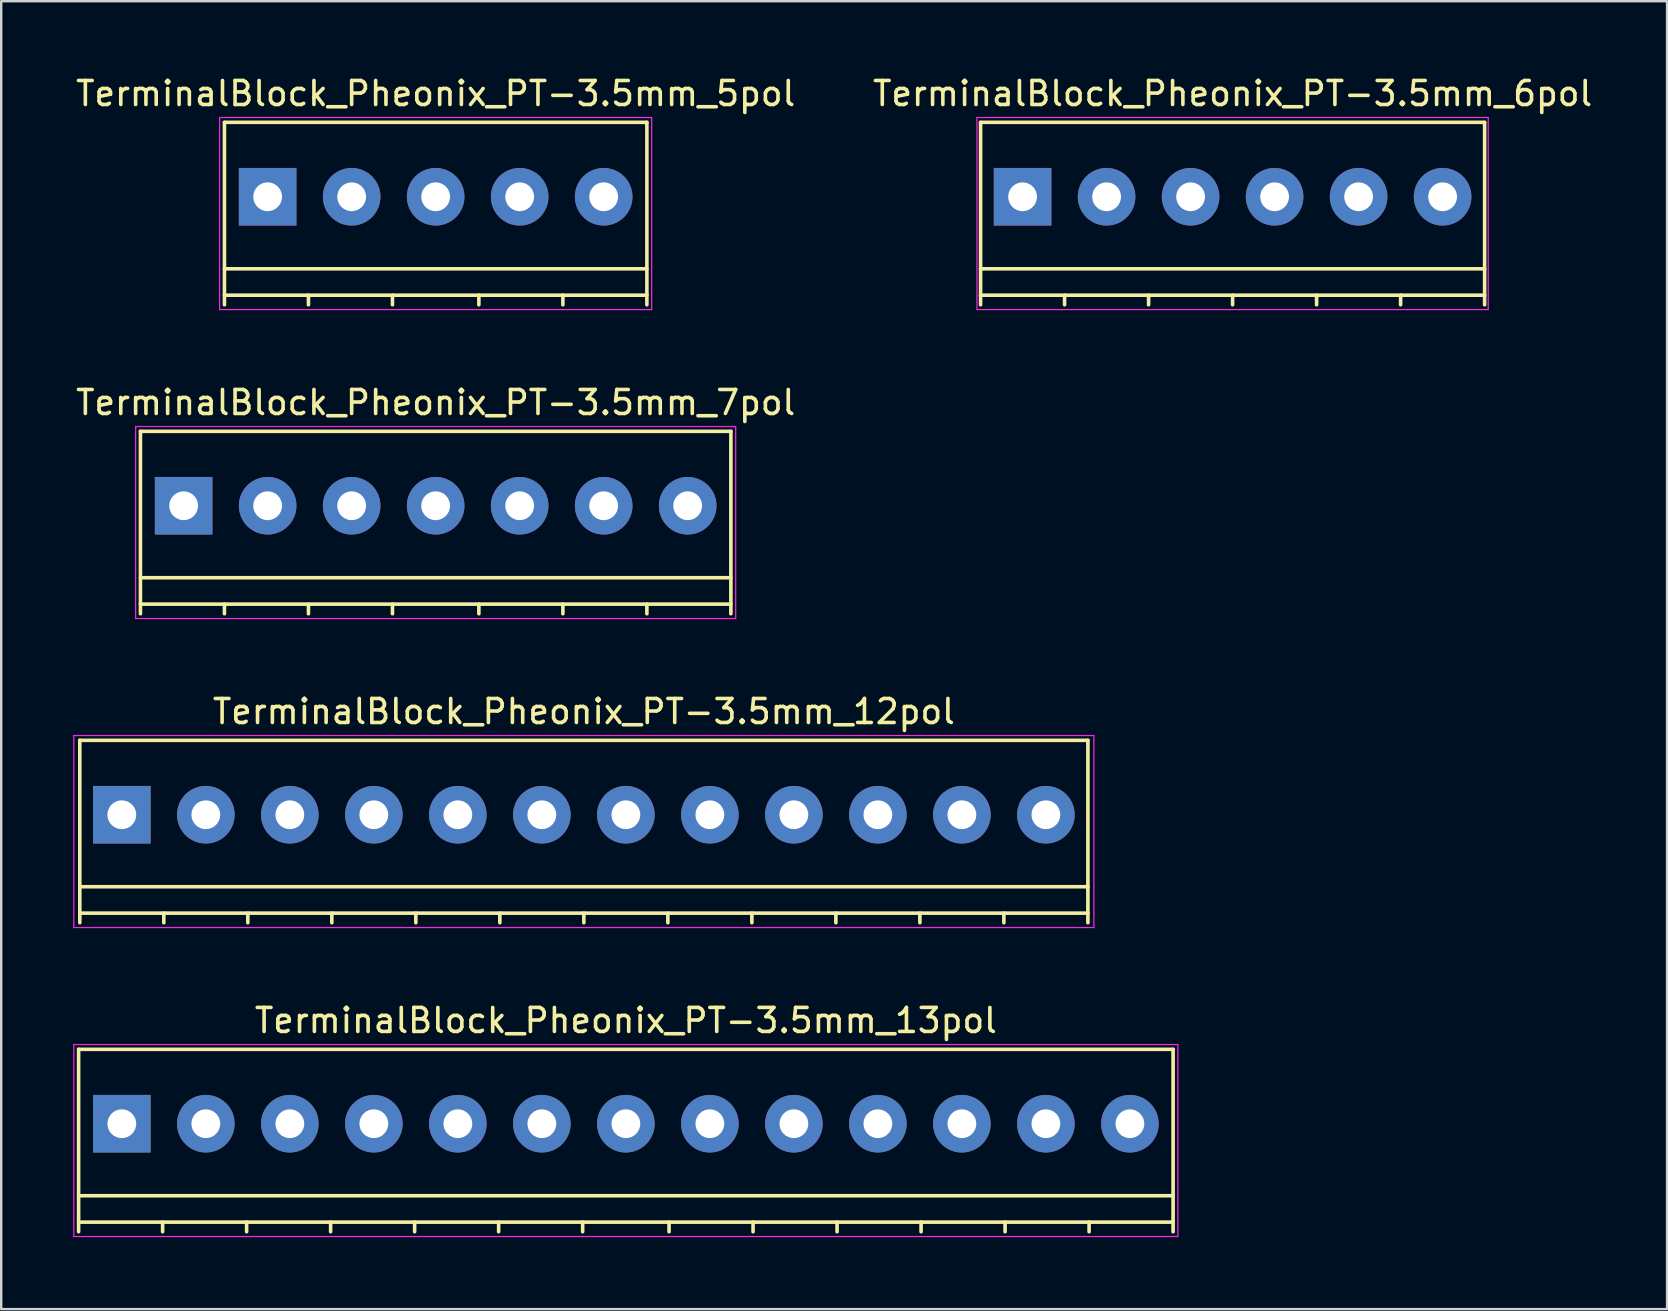
<source format=kicad_pcb>
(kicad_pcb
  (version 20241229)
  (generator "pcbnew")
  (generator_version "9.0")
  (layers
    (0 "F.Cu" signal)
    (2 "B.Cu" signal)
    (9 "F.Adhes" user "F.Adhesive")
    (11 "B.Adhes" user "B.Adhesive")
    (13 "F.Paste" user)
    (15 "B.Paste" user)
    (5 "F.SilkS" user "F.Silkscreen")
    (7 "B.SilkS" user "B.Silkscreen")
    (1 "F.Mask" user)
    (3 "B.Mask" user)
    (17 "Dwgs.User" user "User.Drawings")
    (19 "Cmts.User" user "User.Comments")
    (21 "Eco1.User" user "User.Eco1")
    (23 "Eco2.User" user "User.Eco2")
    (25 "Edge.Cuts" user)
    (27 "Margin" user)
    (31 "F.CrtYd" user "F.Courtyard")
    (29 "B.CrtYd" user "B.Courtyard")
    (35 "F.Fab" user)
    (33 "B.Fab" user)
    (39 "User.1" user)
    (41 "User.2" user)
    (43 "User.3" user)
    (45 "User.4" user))
  (footprint "TerminalBlock_Pheonix_PT-3.5mm_7pol"
    (layer "F.Cu")
    (at 4.601 18.021)
    (property "Reference" "TerminalBlock_Pheonix_PT-3.5mm_7pol" (at 10.5 -4.3 0) (layer "F.SilkS") (effects (font (size 1 1) (thickness 0.15))))
    (attr through_hole)
    (fp_line (start -1.8 -3.1) (end -1.8 4.5) (stroke (width 0.15) (type solid)) (layer "F.SilkS"))
    (fp_line (start -1.8 3) (end 22.8 3) (stroke (width 0.15) (type solid)) (layer "F.SilkS"))
    (fp_line (start -1.8 4.1) (end 22.8 4.1) (stroke (width 0.15) (type solid)) (layer "F.SilkS"))
    (fp_line (start 1.7 4.1) (end 1.7 4.5) (stroke (width 0.15) (type solid)) (layer "F.SilkS"))
    (fp_line (start 5.2 4.1) (end 5.2 4.5) (stroke (width 0.15) (type solid)) (layer "F.SilkS"))
    (fp_line (start 8.7 4.1) (end 8.7 4.5) (stroke (width 0.15) (type solid)) (layer "F.SilkS"))
    (fp_line (start 12.3 4.1) (end 12.3 4.5) (stroke (width 0.15) (type solid)) (layer "F.SilkS"))
    (fp_line (start 15.8 4.1) (end 15.8 4.5) (stroke (width 0.15) (type solid)) (layer "F.SilkS"))
    (fp_line (start 19.3 4.1) (end 19.3 4.5) (stroke (width 0.15) (type solid)) (layer "F.SilkS"))
    (fp_line (start 22.8 -3.1) (end -1.8 -3.1) (stroke (width 0.15) (type solid)) (layer "F.SilkS"))
    (fp_line (start 22.8 4.5) (end 22.8 -3.1) (stroke (width 0.15) (type solid)) (layer "F.SilkS"))
    (fp_line (start -2 -3.3) (end 23 -3.3) (stroke (width 0.05) (type solid)) (layer "F.CrtYd"))
    (fp_line (start -2 4.7) (end -2 -3.3) (stroke (width 0.05) (type solid)) (layer "F.CrtYd"))
    (fp_line (start 23 -3.3) (end 23 4.7) (stroke (width 0.05) (type solid)) (layer "F.CrtYd"))
    (fp_line (start 23 4.7) (end -2 4.7) (stroke (width 0.05) (type solid)) (layer "F.CrtYd"))
    (pad "1" thru_hole rect (at 0 0) (size 2.4 2.4) (drill 1.2) (layers "*.Cu" "*.Mask"))
    (pad "2" thru_hole circle (at 3.5 0) (size 2.4 2.4) (drill 1.2) (layers "*.Cu" "*.Mask"))
    (pad "3" thru_hole circle (at 7 0) (size 2.4 2.4) (drill 1.2) (layers "*.Cu" "*.Mask"))
    (pad "4" thru_hole circle (at 10.5 0) (size 2.4 2.4) (drill 1.2) (layers "*.Cu" "*.Mask"))
    (pad "5" thru_hole circle (at 14 0) (size 2.4 2.4) (drill 1.2) (layers "*.Cu" "*.Mask"))
    (pad "6" thru_hole circle (at 17.5 0) (size 2.4 2.4) (drill 1.2) (layers "*.Cu" "*.Mask"))
    (pad "7" thru_hole circle (at 21 0) (size 2.4 2.4) (drill 1.2) (layers "*.Cu" "*.Mask")))
  (footprint "TerminalBlock_Pheonix_PT-3.5mm_13pol"
    (layer "F.Cu")
    (at 2.025 43.768)
    (property "Reference" "TerminalBlock_Pheonix_PT-3.5mm_13pol" (at 21 -4.3 0) (layer "F.SilkS") (effects (font (size 1 1) (thickness 0.15))))
    (attr through_hole)
    (fp_line (start -1.8 -3.1) (end -1.8 4.5) (stroke (width 0.15) (type solid)) (layer "F.SilkS"))
    (fp_line (start -1.8 3) (end 43.8 3) (stroke (width 0.15) (type solid)) (layer "F.SilkS"))
    (fp_line (start -1.8 4.1) (end 43.8 4.1) (stroke (width 0.15) (type solid)) (layer "F.SilkS"))
    (fp_line (start 1.7 4.1) (end 1.7 4.5) (stroke (width 0.15) (type solid)) (layer "F.SilkS"))
    (fp_line (start 5.2 4.1) (end 5.2 4.5) (stroke (width 0.15) (type solid)) (layer "F.SilkS"))
    (fp_line (start 8.7 4.1) (end 8.7 4.5) (stroke (width 0.15) (type solid)) (layer "F.SilkS"))
    (fp_line (start 12.2 4.1) (end 12.2 4.5) (stroke (width 0.15) (type solid)) (layer "F.SilkS"))
    (fp_line (start 15.7 4.1) (end 15.7 4.5) (stroke (width 0.15) (type solid)) (layer "F.SilkS"))
    (fp_line (start 19.2 4.1) (end 19.2 4.5) (stroke (width 0.15) (type solid)) (layer "F.SilkS"))
    (fp_line (start 22.8 4.1) (end 22.8 4.5) (stroke (width 0.15) (type solid)) (layer "F.SilkS"))
    (fp_line (start 26.3 4.1) (end 26.3 4.5) (stroke (width 0.15) (type solid)) (layer "F.SilkS"))
    (fp_line (start 29.8 4.1) (end 29.8 4.5) (stroke (width 0.15) (type solid)) (layer "F.SilkS"))
    (fp_line (start 33.3 4.1) (end 33.3 4.5) (stroke (width 0.15) (type solid)) (layer "F.SilkS"))
    (fp_line (start 36.8 4.1) (end 36.8 4.5) (stroke (width 0.15) (type solid)) (layer "F.SilkS"))
    (fp_line (start 40.3 4.1) (end 40.3 4.5) (stroke (width 0.15) (type solid)) (layer "F.SilkS"))
    (fp_line (start 43.8 -3.1) (end -1.8 -3.1) (stroke (width 0.15) (type solid)) (layer "F.SilkS"))
    (fp_line (start 43.8 4.5) (end 43.8 -3.1) (stroke (width 0.15) (type solid)) (layer "F.SilkS"))
    (fp_line (start -2 -3.3) (end 44 -3.3) (stroke (width 0.05) (type solid)) (layer "F.CrtYd"))
    (fp_line (start -2 4.7) (end -2 -3.3) (stroke (width 0.05) (type solid)) (layer "F.CrtYd"))
    (fp_line (start 44 -3.3) (end 44 4.7) (stroke (width 0.05) (type solid)) (layer "F.CrtYd"))
    (fp_line (start 44 4.7) (end -2 4.7) (stroke (width 0.05) (type solid)) (layer "F.CrtYd"))
    (pad "1" thru_hole rect (at 0 0 180) (size 2.4 2.4) (drill 1.2) (layers "*.Cu" "*.Mask"))
    (pad "2" thru_hole circle (at 3.5 0 180) (size 2.4 2.4) (drill 1.2) (layers "*.Cu" "*.Mask"))
    (pad "3" thru_hole circle (at 7 0 180) (size 2.4 2.4) (drill 1.2) (layers "*.Cu" "*.Mask"))
    (pad "4" thru_hole circle (at 10.5 0 180) (size 2.4 2.4) (drill 1.2) (layers "*.Cu" "*.Mask"))
    (pad "5" thru_hole circle (at 14 0 180) (size 2.4 2.4) (drill 1.2) (layers "*.Cu" "*.Mask"))
    (pad "6" thru_hole circle (at 17.5 0 180) (size 2.4 2.4) (drill 1.2) (layers "*.Cu" "*.Mask"))
    (pad "7" thru_hole circle (at 21 0 180) (size 2.4 2.4) (drill 1.2) (layers "*.Cu" "*.Mask"))
    (pad "8" thru_hole circle (at 24.5 0 180) (size 2.4 2.4) (drill 1.2) (layers "*.Cu" "*.Mask"))
    (pad "9" thru_hole circle (at 28 0 180) (size 2.4 2.4) (drill 1.2) (layers "*.Cu" "*.Mask"))
    (pad "10" thru_hole circle (at 31.5 0 180) (size 2.4 2.4) (drill 1.2) (layers "*.Cu" "*.Mask"))
    (pad "11" thru_hole circle (at 35 0 180) (size 2.4 2.4) (drill 1.2) (layers "*.Cu" "*.Mask"))
    (pad "12" thru_hole circle (at 38.5 0 180) (size 2.4 2.4) (drill 1.2) (layers "*.Cu" "*.Mask"))
    (pad "13" thru_hole circle (at 42 0 180) (size 2.4 2.4) (drill 1.2) (layers "*.Cu" "*.Mask")))
  (footprint "TerminalBlock_Pheonix_PT-3.5mm_12pol"
    (layer "F.Cu")
    (at 2.025 30.895)
    (property "Reference" "TerminalBlock_Pheonix_PT-3.5mm_12pol" (at 19.25 -4.3 0) (layer "F.SilkS") (effects (font (size 1 1) (thickness 0.15))))
    (attr through_hole)
    (fp_line (start -1.75 -3.1) (end -1.75 4.5) (stroke (width 0.15) (type solid)) (layer "F.SilkS"))
    (fp_line (start -1.75 3) (end 40.25 3) (stroke (width 0.15) (type solid)) (layer "F.SilkS"))
    (fp_line (start -1.75 4.1) (end 40.25 4.1) (stroke (width 0.15) (type solid)) (layer "F.SilkS"))
    (fp_line (start 1.75 4.1) (end 1.75 4.5) (stroke (width 0.15) (type solid)) (layer "F.SilkS"))
    (fp_line (start 5.25 4.1) (end 5.25 4.5) (stroke (width 0.15) (type solid)) (layer "F.SilkS"))
    (fp_line (start 8.75 4.1) (end 8.75 4.5) (stroke (width 0.15) (type solid)) (layer "F.SilkS"))
    (fp_line (start 12.25 4.1) (end 12.25 4.5) (stroke (width 0.15) (type solid)) (layer "F.SilkS"))
    (fp_line (start 15.75 4.1) (end 15.75 4.5) (stroke (width 0.15) (type solid)) (layer "F.SilkS"))
    (fp_line (start 19.25 4.1) (end 19.25 4.5) (stroke (width 0.15) (type solid)) (layer "F.SilkS"))
    (fp_line (start 22.75 4.1) (end 22.75 4.5) (stroke (width 0.15) (type solid)) (layer "F.SilkS"))
    (fp_line (start 26.25 4.1) (end 26.25 4.5) (stroke (width 0.15) (type solid)) (layer "F.SilkS"))
    (fp_line (start 29.75 4.1) (end 29.75 4.5) (stroke (width 0.15) (type solid)) (layer "F.SilkS"))
    (fp_line (start 33.25 4.1) (end 33.25 4.5) (stroke (width 0.15) (type solid)) (layer "F.SilkS"))
    (fp_line (start 36.75 4.1) (end 36.75 4.5) (stroke (width 0.15) (type solid)) (layer "F.SilkS"))
    (fp_line (start 40.25 -3.1) (end -1.75 -3.1) (stroke (width 0.15) (type solid)) (layer "F.SilkS"))
    (fp_line (start 40.25 4.5) (end 40.25 -3.1) (stroke (width 0.15) (type solid)) (layer "F.SilkS"))
    (fp_line (start -2 -3.3) (end -1.9 -3.3) (stroke (width 0.05) (type solid)) (layer "F.CrtYd"))
    (fp_line (start -2 4.7) (end -2 -3.3) (stroke (width 0.05) (type solid)) (layer "F.CrtYd"))
    (fp_line (start -1.9 -3.3) (end 40.4 -3.3) (stroke (width 0.05) (type solid)) (layer "F.CrtYd"))
    (fp_line (start 40.4 -3.3) (end 40.5 -3.3) (stroke (width 0.05) (type solid)) (layer "F.CrtYd"))
    (fp_line (start 40.5 -3.3) (end 40.5 4.7) (stroke (width 0.05) (type solid)) (layer "F.CrtYd"))
    (fp_line (start 40.5 4.7) (end -2 4.7) (stroke (width 0.05) (type solid)) (layer "F.CrtYd"))
    (pad "1" thru_hole rect (at 0 0 180) (size 2.4 2.4) (drill 1.2) (layers "*.Cu" "*.Mask"))
    (pad "2" thru_hole circle (at 3.5 0 180) (size 2.4 2.4) (drill 1.2) (layers "*.Cu" "*.Mask"))
    (pad "3" thru_hole circle (at 7 0 180) (size 2.4 2.4) (drill 1.2) (layers "*.Cu" "*.Mask"))
    (pad "4" thru_hole circle (at 10.5 0 180) (size 2.4 2.4) (drill 1.2) (layers "*.Cu" "*.Mask"))
    (pad "5" thru_hole circle (at 14 0 180) (size 2.4 2.4) (drill 1.2) (layers "*.Cu" "*.Mask"))
    (pad "6" thru_hole circle (at 17.5 0 180) (size 2.4 2.4) (drill 1.2) (layers "*.Cu" "*.Mask"))
    (pad "7" thru_hole circle (at 21 0 180) (size 2.4 2.4) (drill 1.2) (layers "*.Cu" "*.Mask"))
    (pad "8" thru_hole circle (at 24.5 0 180) (size 2.4 2.4) (drill 1.2) (layers "*.Cu" "*.Mask"))
    (pad "9" thru_hole circle (at 28 0 180) (size 2.4 2.4) (drill 1.2) (layers "*.Cu" "*.Mask"))
    (pad "10" thru_hole circle (at 31.5 0 180) (size 2.4 2.4) (drill 1.2) (layers "*.Cu" "*.Mask"))
    (pad "11" thru_hole circle (at 35 0 180) (size 2.4 2.4) (drill 1.2) (layers "*.Cu" "*.Mask"))
    (pad "12" thru_hole circle (at 38.5 0 180) (size 2.4 2.4) (drill 1.2) (layers "*.Cu" "*.Mask")))
  (footprint "TerminalBlock_Pheonix_PT-3.5mm_5pol"
    (layer "F.Cu")
    (at 8.101 5.148)
    (property "Reference" "TerminalBlock_Pheonix_PT-3.5mm_5pol" (at 7 -4.3 0) (layer "F.SilkS") (effects (font (size 1 1) (thickness 0.15))))
    (attr through_hole)
    (fp_line (start -1.8 -3.1) (end -1.8 4.5) (stroke (width 0.15) (type solid)) (layer "F.SilkS"))
    (fp_line (start -1.8 3) (end 15.8 3) (stroke (width 0.15) (type solid)) (layer "F.SilkS"))
    (fp_line (start -1.8 4.1) (end 15.8 4.1) (stroke (width 0.15) (type solid)) (layer "F.SilkS"))
    (fp_line (start 1.7 4.1) (end 1.7 4.5) (stroke (width 0.15) (type solid)) (layer "F.SilkS"))
    (fp_line (start 5.2 4.1) (end 5.2 4.5) (stroke (width 0.15) (type solid)) (layer "F.SilkS"))
    (fp_line (start 8.8 4.1) (end 8.8 4.5) (stroke (width 0.15) (type solid)) (layer "F.SilkS"))
    (fp_line (start 12.3 4.1) (end 12.3 4.5) (stroke (width 0.15) (type solid)) (layer "F.SilkS"))
    (fp_line (start 15.8 -3.1) (end -1.8 -3.1) (stroke (width 0.15) (type solid)) (layer "F.SilkS"))
    (fp_line (start 15.8 4.5) (end 15.8 -3.1) (stroke (width 0.15) (type solid)) (layer "F.SilkS"))
    (fp_line (start -2 -3.3) (end 16 -3.3) (stroke (width 0.05) (type solid)) (layer "F.CrtYd"))
    (fp_line (start -2 4.7) (end -2 -3.3) (stroke (width 0.05) (type solid)) (layer "F.CrtYd"))
    (fp_line (start 16 -3.3) (end 16 4.7) (stroke (width 0.05) (type solid)) (layer "F.CrtYd"))
    (fp_line (start 16 4.7) (end -2 4.7) (stroke (width 0.05) (type solid)) (layer "F.CrtYd"))
    (pad "1" thru_hole rect (at 0 0) (size 2.4 2.4) (drill 1.2) (layers "*.Cu" "*.Mask"))
    (pad "2" thru_hole circle (at 3.5 0) (size 2.4 2.4) (drill 1.2) (layers "*.Cu" "*.Mask"))
    (pad "3" thru_hole circle (at 7 0) (size 2.4 2.4) (drill 1.2) (layers "*.Cu" "*.Mask"))
    (pad "4" thru_hole circle (at 10.5 0) (size 2.4 2.4) (drill 1.2) (layers "*.Cu" "*.Mask"))
    (pad "5" thru_hole circle (at 14 0) (size 2.4 2.4) (drill 1.2) (layers "*.Cu" "*.Mask")))
  (footprint "TerminalBlock_Pheonix_PT-3.5mm_6pol"
    (layer "F.Cu")
    (at 39.554 5.148)
    (property "Reference" "TerminalBlock_Pheonix_PT-3.5mm_6pol" (at 8.75 -4.3 0) (layer "F.SilkS") (effects (font (size 1 1) (thickness 0.15))))
    (attr through_hole)
    (fp_line (start -1.75 -3.1) (end -1.75 4.5) (stroke (width 0.15) (type solid)) (layer "F.SilkS"))
    (fp_line (start -1.75 3) (end 19.25 3) (stroke (width 0.15) (type solid)) (layer "F.SilkS"))
    (fp_line (start -1.75 4.1) (end 19.25 4.1) (stroke (width 0.15) (type solid)) (layer "F.SilkS"))
    (fp_line (start 1.75 4.1) (end 1.75 4.5) (stroke (width 0.15) (type solid)) (layer "F.SilkS"))
    (fp_line (start 5.25 4.1) (end 5.25 4.5) (stroke (width 0.15) (type solid)) (layer "F.SilkS"))
    (fp_line (start 8.75 4.1) (end 8.75 4.5) (stroke (width 0.15) (type solid)) (layer "F.SilkS"))
    (fp_line (start 12.25 4.1) (end 12.25 4.5) (stroke (width 0.15) (type solid)) (layer "F.SilkS"))
    (fp_line (start 15.75 4.1) (end 15.75 4.5) (stroke (width 0.15) (type solid)) (layer "F.SilkS"))
    (fp_line (start 19.25 -3.1) (end -1.75 -3.1) (stroke (width 0.15) (type solid)) (layer "F.SilkS"))
    (fp_line (start 19.25 4.5) (end 19.25 -3.1) (stroke (width 0.15) (type solid)) (layer "F.SilkS"))
    (fp_line (start -1.9 -3.3) (end 19.4 -3.3) (stroke (width 0.05) (type solid)) (layer "F.CrtYd"))
    (fp_line (start -1.9 4.7) (end -1.9 -3.3) (stroke (width 0.05) (type solid)) (layer "F.CrtYd"))
    (fp_line (start 19.4 -3.3) (end 19.4 4.7) (stroke (width 0.05) (type solid)) (layer "F.CrtYd"))
    (fp_line (start 19.4 4.7) (end -1.9 4.7) (stroke (width 0.05) (type solid)) (layer "F.CrtYd"))
    (pad "1" thru_hole rect (at 0 0) (size 2.4 2.4) (drill 1.2) (layers "*.Cu" "*.Mask"))
    (pad "2" thru_hole circle (at 3.5 0) (size 2.4 2.4) (drill 1.2) (layers "*.Cu" "*.Mask"))
    (pad "3" thru_hole circle (at 7 0) (size 2.4 2.4) (drill 1.2) (layers "*.Cu" "*.Mask"))
    (pad "4" thru_hole circle (at 10.5 0) (size 2.4 2.4) (drill 1.2) (layers "*.Cu" "*.Mask"))
    (pad "5" thru_hole circle (at 14 0) (size 2.4 2.4) (drill 1.2) (layers "*.Cu" "*.Mask"))
    (pad "6" thru_hole circle (at 17.5 0) (size 2.4 2.4) (drill 1.2) (layers "*.Cu" "*.Mask")))
  (gr_rect
    (start -3 -3)
    (end 66.405 51.493)
    (stroke (width 0.1) (type default))
    (fill no)
    (layer "Edge.Cuts")))
</source>
